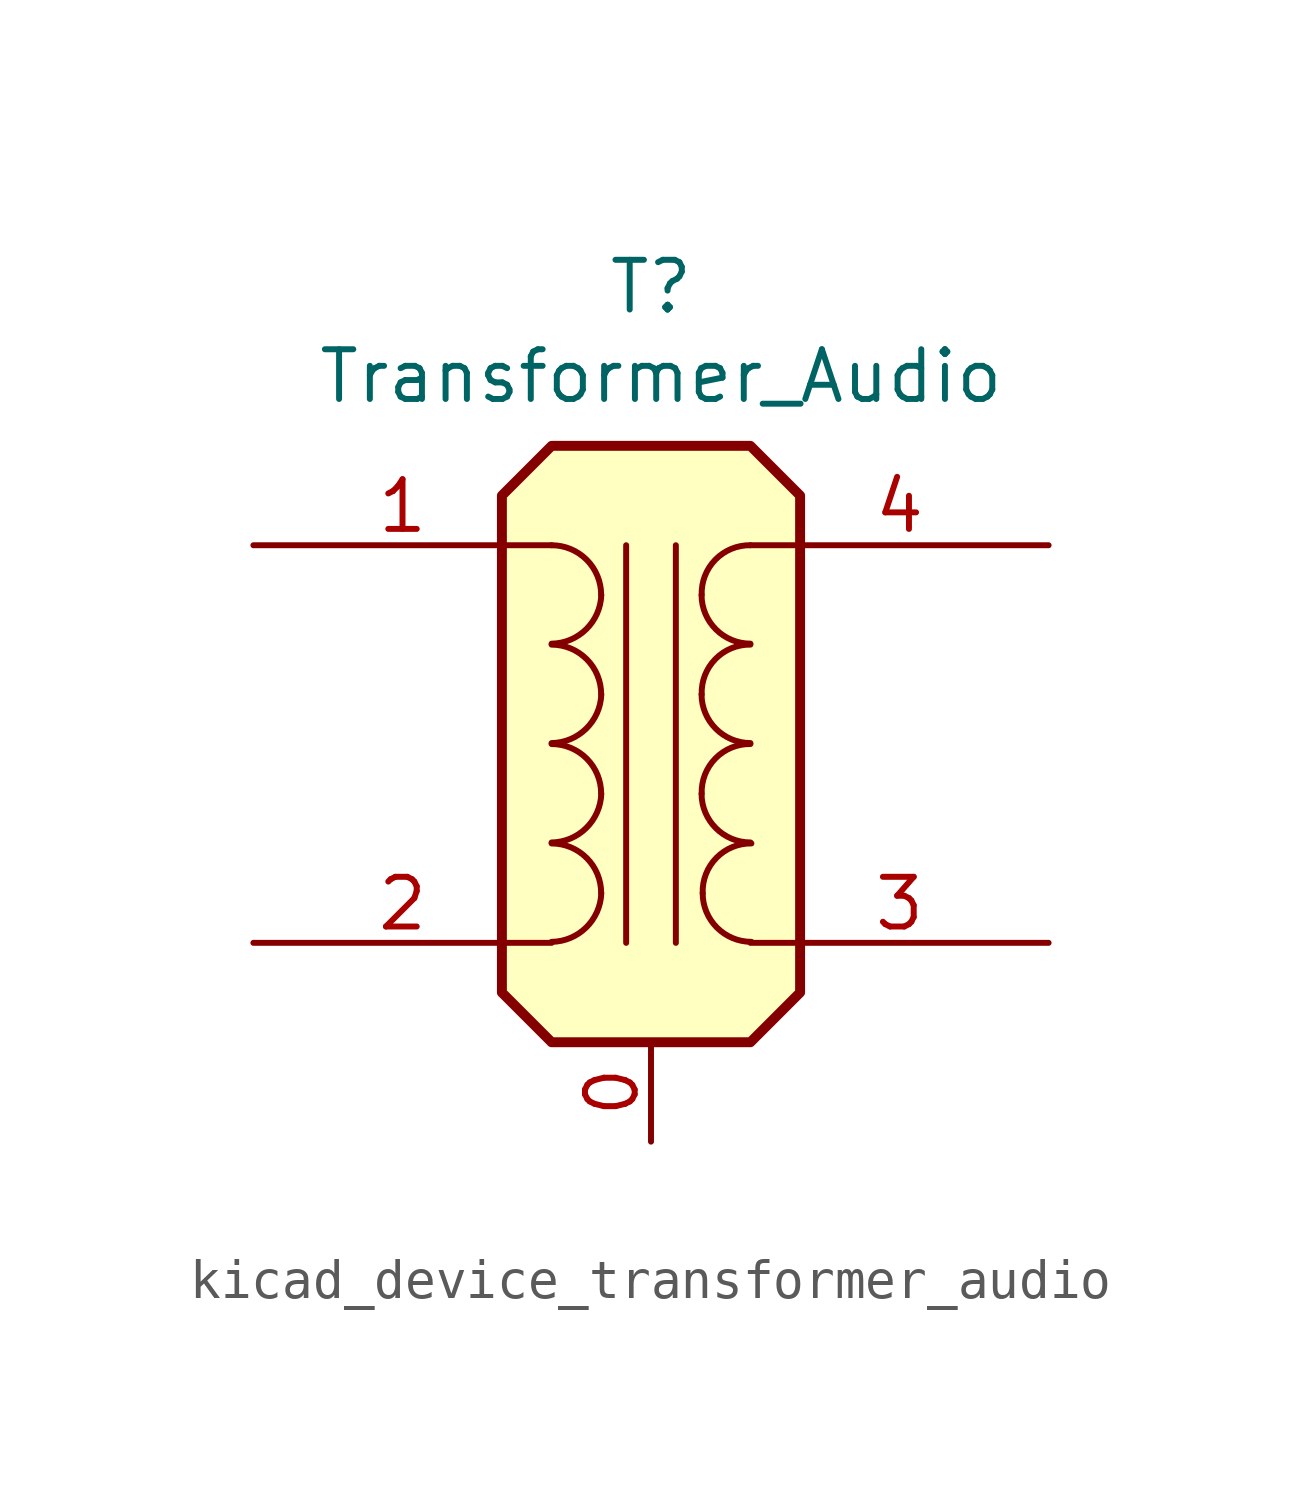
<source format=kicad_sym>
(kicad_symbol_lib
  (version 20220914)
  (generator kicad_symbol_editor)
  (symbol "kicad_device_transformer_audio"
    (pin_names
      (offset 1.016) hide)
    (property "Reference" "T"
      (at 0 11.684 0)
      (effects (font (size 1.27 1.27))))
    (property "Value" "Transformer_Audio"
      (at 0.254 9.398 0)
      (effects (font (size 1.27 1.27))))
    (symbol "kicad_device_transformer_audio_0_1"
      (arc (start -2.54 -5.0546) (mid -1.6599 -4.6901) (end -1.27 -3.81) (stroke (width 0) (type default)) (fill (type none)))
      (arc (start -2.54 -2.5146) (mid -1.6599 -2.1501) (end -1.27 -1.27) (stroke (width 0) (type default)) (fill (type none)))
      (arc (start -2.54 0.0254) (mid -1.6599 0.3899) (end -1.27 1.27) (stroke (width 0) (type default)) (fill (type none)))
      (arc (start -2.54 2.5654) (mid -1.6599 2.9299) (end -1.27 3.81) (stroke (width 0) (type default)) (fill (type none)))
      (arc (start -1.27 -3.81) (mid -1.642 -2.912) (end -2.54 -2.54) (stroke (width 0) (type default)) (fill (type none)))
      (arc (start -1.27 -1.27) (mid -1.642 -0.372) (end -2.54 0) (stroke (width 0) (type default)) (fill (type none)))
      (arc (start -1.27 1.27) (mid -1.642 2.168) (end -2.54 2.54) (stroke (width 0) (type default)) (fill (type none)))
      (arc (start -1.27 3.81) (mid -1.642 4.708) (end -2.54 5.08) (stroke (width 0) (type default)) (fill (type none)))
      (polyline (pts (xy -0.635 5.08) (xy -0.635 -5.08)) (stroke (width 0) (type default)) (fill (type none)))
      (polyline (pts (xy 0.635 -5.08) (xy 0.635 5.08)) (stroke (width 0) (type default)) (fill (type none)))
      (polyline (pts (xy -3.81 6.35) (xy -2.54 7.62) (xy 2.54 7.62) (xy 3.81 6.35) (xy 3.81 -6.35) (xy 2.54 -7.62) (xy -2.54 -7.62) (xy -3.81 -6.35) (xy -3.81 6.35)) (stroke (width 0.254) (type default)) (fill (type background)))
      (arc (start 1.2954 -1.27) (mid 1.6599 -2.1501) (end 2.54 -2.5146) (stroke (width 0) (type default)) (fill (type none)))
      (arc (start 1.2954 1.27) (mid 1.6599 0.3899) (end 2.54 0.0254) (stroke (width 0) (type default)) (fill (type none)))
      (arc (start 1.2954 3.81) (mid 1.6599 2.9299) (end 2.54 2.5654) (stroke (width 0) (type default)) (fill (type none)))
      (arc (start 1.3208 -3.81) (mid 1.6853 -4.6901) (end 2.5654 -5.0546) (stroke (width 0) (type default)) (fill (type none)))
      (arc (start 2.54 0) (mid 1.642 -0.372) (end 1.2954 -1.27) (stroke (width 0) (type default)) (fill (type none)))
      (arc (start 2.54 2.54) (mid 1.642 2.168) (end 1.2954 1.27) (stroke (width 0) (type default)) (fill (type none)))
      (arc (start 2.54 5.08) (mid 1.642 4.708) (end 1.2954 3.81) (stroke (width 0) (type default)) (fill (type none)))
      (arc (start 2.5654 -2.54) (mid 1.6674 -2.912) (end 1.3208 -3.81) (stroke (width 0) (type default)) (fill (type none))))
    (symbol "kicad_device_transformer_audio_1_1"
      (pin input line (at 0 -10.16 90) (length 2.54) (name "~" (effects (font (size 1.27 1.27)))) (number "0" (effects (font (size 1.27 1.27)))))
      (pin passive line (at -10.16 5.08 0) (length 7.62) (name "AA" (effects (font (size 1.27 1.27)))) (number "1" (effects (font (size 1.27 1.27)))))
      (pin passive line (at -10.16 -5.08 0) (length 7.62) (name "AB" (effects (font (size 1.27 1.27)))) (number "2" (effects (font (size 1.27 1.27)))))
      (pin passive line (at 10.16 -5.08 180) (length 7.62) (name "SA" (effects (font (size 1.27 1.27)))) (number "3" (effects (font (size 1.27 1.27)))))
      (pin passive line (at 10.16 5.08 180) (length 7.62) (name "SB" (effects (font (size 1.27 1.27)))) (number "4" (effects (font (size 1.27 1.27))))))))
</source>
